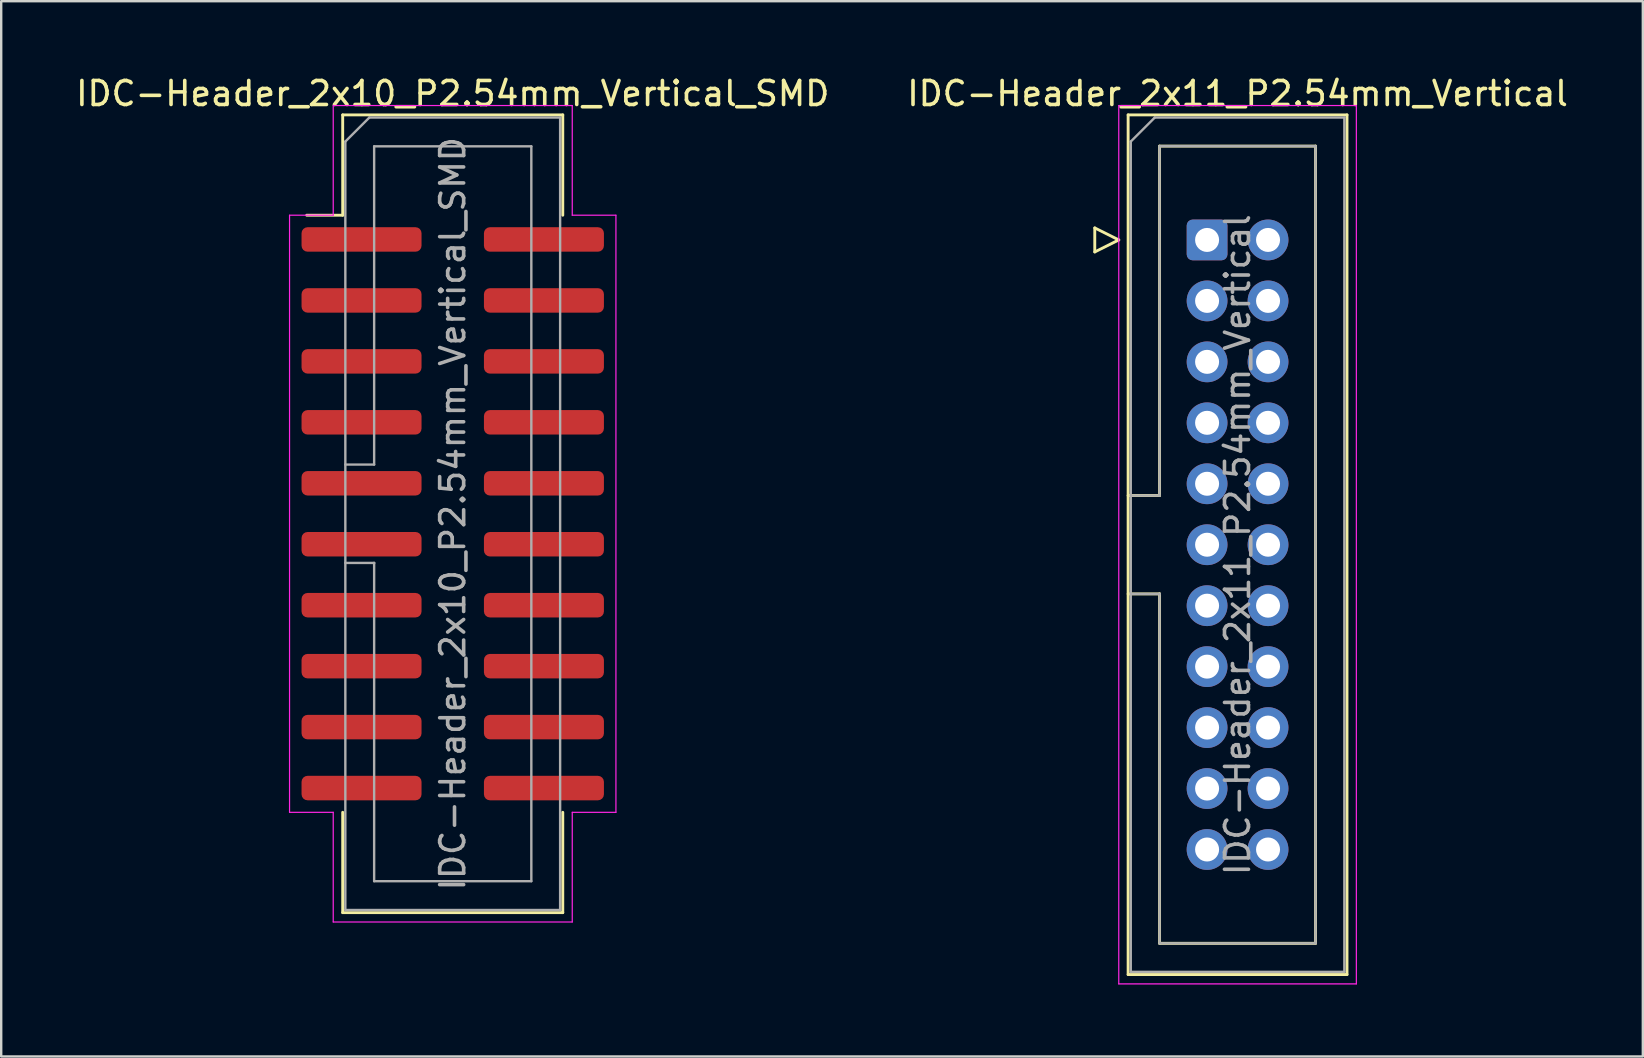
<source format=kicad_pcb>
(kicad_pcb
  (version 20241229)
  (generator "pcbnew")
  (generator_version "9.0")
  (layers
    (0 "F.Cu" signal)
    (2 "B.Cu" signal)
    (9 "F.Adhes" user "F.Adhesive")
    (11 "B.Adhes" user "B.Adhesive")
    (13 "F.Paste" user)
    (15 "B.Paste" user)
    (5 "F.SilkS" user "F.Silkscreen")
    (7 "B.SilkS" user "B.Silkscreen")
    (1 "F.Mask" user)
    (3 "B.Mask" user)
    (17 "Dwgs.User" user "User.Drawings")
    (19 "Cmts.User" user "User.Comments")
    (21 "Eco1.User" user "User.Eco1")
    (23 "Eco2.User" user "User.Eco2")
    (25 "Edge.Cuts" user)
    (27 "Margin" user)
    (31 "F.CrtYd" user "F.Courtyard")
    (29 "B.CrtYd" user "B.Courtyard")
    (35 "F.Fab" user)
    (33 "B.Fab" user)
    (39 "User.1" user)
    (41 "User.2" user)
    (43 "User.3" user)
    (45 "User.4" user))
  (footprint "IDC-Header_2x11_P2.54mm_Vertical"
    (layer "F.Cu")
    (at 47.248 6.948)
    (property "Reference" "IDC-Header_2x11_P2.54mm_Vertical" (at 1.27 -6.1 0) (layer "F.SilkS") (effects (font (size 1 1) (thickness 0.15))))
    (attr through_hole)
    (fp_line (start -4.68 -0.5) (end -4.68 0.5) (stroke (width 0.12) (type solid)) (layer "F.SilkS"))
    (fp_line (start -4.68 0.5) (end -3.68 0) (stroke (width 0.12) (type solid)) (layer "F.SilkS"))
    (fp_line (start -3.68 0) (end -4.68 -0.5) (stroke (width 0.12) (type solid)) (layer "F.SilkS"))
    (fp_line (start -3.29 -5.21) (end 5.83 -5.21) (stroke (width 0.12) (type solid)) (layer "F.SilkS"))
    (fp_line (start -3.29 10.65) (end -1.98 10.65) (stroke (width 0.12) (type solid)) (layer "F.SilkS"))
    (fp_line (start -3.29 30.61) (end -3.29 -5.21) (stroke (width 0.12) (type solid)) (layer "F.SilkS"))
    (fp_line (start -1.98 -3.91) (end 4.52 -3.91) (stroke (width 0.12) (type solid)) (layer "F.SilkS"))
    (fp_line (start -1.98 10.65) (end -1.98 -3.91) (stroke (width 0.12) (type solid)) (layer "F.SilkS"))
    (fp_line (start -1.98 14.75) (end -3.29 14.75) (stroke (width 0.12) (type solid)) (layer "F.SilkS"))
    (fp_line (start -1.98 14.75) (end -1.98 14.75) (stroke (width 0.12) (type solid)) (layer "F.SilkS"))
    (fp_line (start -1.98 29.31) (end -1.98 14.75) (stroke (width 0.12) (type solid)) (layer "F.SilkS"))
    (fp_line (start 4.52 -3.91) (end 4.52 29.31) (stroke (width 0.12) (type solid)) (layer "F.SilkS"))
    (fp_line (start 4.52 29.31) (end -1.98 29.31) (stroke (width 0.12) (type solid)) (layer "F.SilkS"))
    (fp_line (start 5.83 -5.21) (end 5.83 30.61) (stroke (width 0.12) (type solid)) (layer "F.SilkS"))
    (fp_line (start 5.83 30.61) (end -3.29 30.61) (stroke (width 0.12) (type solid)) (layer "F.SilkS"))
    (fp_line (start -3.68 -5.6) (end -3.68 31) (stroke (width 0.05) (type solid)) (layer "F.CrtYd"))
    (fp_line (start -3.68 31) (end 6.22 31) (stroke (width 0.05) (type solid)) (layer "F.CrtYd"))
    (fp_line (start 6.22 -5.6) (end -3.68 -5.6) (stroke (width 0.05) (type solid)) (layer "F.CrtYd"))
    (fp_line (start 6.22 31) (end 6.22 -5.6) (stroke (width 0.05) (type solid)) (layer "F.CrtYd"))
    (fp_line (start -3.18 -4.1) (end -2.18 -5.1) (stroke (width 0.1) (type solid)) (layer "F.Fab"))
    (fp_line (start -3.18 10.65) (end -1.98 10.65) (stroke (width 0.1) (type solid)) (layer "F.Fab"))
    (fp_line (start -3.18 30.5) (end -3.18 -4.1) (stroke (width 0.1) (type solid)) (layer "F.Fab"))
    (fp_line (start -2.18 -5.1) (end 5.72 -5.1) (stroke (width 0.1) (type solid)) (layer "F.Fab"))
    (fp_line (start -1.98 -3.91) (end 4.52 -3.91) (stroke (width 0.1) (type solid)) (layer "F.Fab"))
    (fp_line (start -1.98 10.65) (end -1.98 -3.91) (stroke (width 0.1) (type solid)) (layer "F.Fab"))
    (fp_line (start -1.98 14.75) (end -3.18 14.75) (stroke (width 0.1) (type solid)) (layer "F.Fab"))
    (fp_line (start -1.98 14.75) (end -1.98 14.75) (stroke (width 0.1) (type solid)) (layer "F.Fab"))
    (fp_line (start -1.98 29.31) (end -1.98 14.75) (stroke (width 0.1) (type solid)) (layer "F.Fab"))
    (fp_line (start 4.52 -3.91) (end 4.52 29.31) (stroke (width 0.1) (type solid)) (layer "F.Fab"))
    (fp_line (start 4.52 29.31) (end -1.98 29.31) (stroke (width 0.1) (type solid)) (layer "F.Fab"))
    (fp_line (start 5.72 -5.1) (end 5.72 30.5) (stroke (width 0.1) (type solid)) (layer "F.Fab"))
    (fp_line (start 5.72 30.5) (end -3.18 30.5) (stroke (width 0.1) (type solid)) (layer "F.Fab"))
    (fp_text user "${REFERENCE}" (at 1.27 12.7 90) (layer "F.Fab") (effects (font (size 1 1) (thickness 0.15))))
    (pad "1" thru_hole roundrect (at 0 0) (size 1.7 1.7) (drill 1) (layers "*.Cu" "*.Mask") (roundrect_rratio 0.147))
    (pad "2" thru_hole circle (at 2.54 0) (size 1.7 1.7) (drill 1) (layers "*.Cu" "*.Mask"))
    (pad "3" thru_hole circle (at 0 2.54) (size 1.7 1.7) (drill 1) (layers "*.Cu" "*.Mask"))
    (pad "4" thru_hole circle (at 2.54 2.54) (size 1.7 1.7) (drill 1) (layers "*.Cu" "*.Mask"))
    (pad "5" thru_hole circle (at 0 5.08) (size 1.7 1.7) (drill 1) (layers "*.Cu" "*.Mask"))
    (pad "6" thru_hole circle (at 2.54 5.08) (size 1.7 1.7) (drill 1) (layers "*.Cu" "*.Mask"))
    (pad "7" thru_hole circle (at 0 7.62) (size 1.7 1.7) (drill 1) (layers "*.Cu" "*.Mask"))
    (pad "8" thru_hole circle (at 2.54 7.62) (size 1.7 1.7) (drill 1) (layers "*.Cu" "*.Mask"))
    (pad "9" thru_hole circle (at 0 10.16) (size 1.7 1.7) (drill 1) (layers "*.Cu" "*.Mask"))
    (pad "10" thru_hole circle (at 2.54 10.16) (size 1.7 1.7) (drill 1) (layers "*.Cu" "*.Mask"))
    (pad "11" thru_hole circle (at 0 12.7) (size 1.7 1.7) (drill 1) (layers "*.Cu" "*.Mask"))
    (pad "12" thru_hole circle (at 2.54 12.7) (size 1.7 1.7) (drill 1) (layers "*.Cu" "*.Mask"))
    (pad "13" thru_hole circle (at 0 15.24) (size 1.7 1.7) (drill 1) (layers "*.Cu" "*.Mask"))
    (pad "14" thru_hole circle (at 2.54 15.24) (size 1.7 1.7) (drill 1) (layers "*.Cu" "*.Mask"))
    (pad "15" thru_hole circle (at 0 17.78) (size 1.7 1.7) (drill 1) (layers "*.Cu" "*.Mask"))
    (pad "16" thru_hole circle (at 2.54 17.78) (size 1.7 1.7) (drill 1) (layers "*.Cu" "*.Mask"))
    (pad "17" thru_hole circle (at 0 20.32) (size 1.7 1.7) (drill 1) (layers "*.Cu" "*.Mask"))
    (pad "18" thru_hole circle (at 2.54 20.32) (size 1.7 1.7) (drill 1) (layers "*.Cu" "*.Mask"))
    (pad "19" thru_hole circle (at 0 22.86) (size 1.7 1.7) (drill 1) (layers "*.Cu" "*.Mask"))
    (pad "20" thru_hole circle (at 2.54 22.86) (size 1.7 1.7) (drill 1) (layers "*.Cu" "*.Mask"))
    (pad "21" thru_hole circle (at 0 25.4) (size 1.7 1.7) (drill 1) (layers "*.Cu" "*.Mask"))
    (pad "22" thru_hole circle (at 2.54 25.4) (size 1.7 1.7) (drill 1) (layers "*.Cu" "*.Mask")))
  (footprint "IDC-Header_2x10_P2.54mm_Vertical_SMD"
    (layer "F.Cu")
    (at 15.815 18.358)
    (property "Reference" "IDC-Header_2x10_P2.54mm_Vertical_SMD" (at 0 -17.51 0) (layer "F.SilkS") (effects (font (size 1 1) (thickness 0.15))))
    (attr smd)
    (fp_line (start -4.585 -16.62) (end 4.585 -16.62) (stroke (width 0.12) (type solid)) (layer "F.SilkS"))
    (fp_line (start -4.585 -12.44) (end -6.085 -12.44) (stroke (width 0.12) (type solid)) (layer "F.SilkS"))
    (fp_line (start -4.585 -12.44) (end -4.585 -16.62) (stroke (width 0.12) (type solid)) (layer "F.SilkS"))
    (fp_line (start -4.585 12.44) (end -4.585 16.62) (stroke (width 0.12) (type solid)) (layer "F.SilkS"))
    (fp_line (start -4.585 16.62) (end 4.585 16.62) (stroke (width 0.12) (type solid)) (layer "F.SilkS"))
    (fp_line (start 4.585 -16.62) (end 4.585 -12.44) (stroke (width 0.12) (type solid)) (layer "F.SilkS"))
    (fp_line (start 4.585 16.62) (end 4.585 12.44) (stroke (width 0.12) (type solid)) (layer "F.SilkS"))
    (fp_line (start -6.8 -12.44) (end -6.8 12.44) (stroke (width 0.05) (type solid)) (layer "F.CrtYd"))
    (fp_line (start -6.8 12.44) (end -4.98 12.44) (stroke (width 0.05) (type solid)) (layer "F.CrtYd"))
    (fp_line (start -4.98 -17.01) (end -4.98 -12.44) (stroke (width 0.05) (type solid)) (layer "F.CrtYd"))
    (fp_line (start -4.98 -12.44) (end -6.8 -12.44) (stroke (width 0.05) (type solid)) (layer "F.CrtYd"))
    (fp_line (start -4.98 12.44) (end -4.98 17.01) (stroke (width 0.05) (type solid)) (layer "F.CrtYd"))
    (fp_line (start -4.98 17.01) (end 4.98 17.01) (stroke (width 0.05) (type solid)) (layer "F.CrtYd"))
    (fp_line (start 4.98 -17.01) (end -4.98 -17.01) (stroke (width 0.05) (type solid)) (layer "F.CrtYd"))
    (fp_line (start 4.98 -12.44) (end 4.98 -17.01) (stroke (width 0.05) (type solid)) (layer "F.CrtYd"))
    (fp_line (start 4.98 12.44) (end 6.8 12.44) (stroke (width 0.05) (type solid)) (layer "F.CrtYd"))
    (fp_line (start 4.98 17.01) (end 4.98 12.44) (stroke (width 0.05) (type solid)) (layer "F.CrtYd"))
    (fp_line (start 6.8 -12.44) (end 4.98 -12.44) (stroke (width 0.05) (type solid)) (layer "F.CrtYd"))
    (fp_line (start 6.8 12.44) (end 6.8 -12.44) (stroke (width 0.05) (type solid)) (layer "F.CrtYd"))
    (fp_line (start -4.475 -15.51) (end -3.475 -16.51) (stroke (width 0.1) (type solid)) (layer "F.Fab"))
    (fp_line (start -4.475 -2.05) (end -3.275 -2.05) (stroke (width 0.1) (type solid)) (layer "F.Fab"))
    (fp_line (start -4.475 16.51) (end -4.475 -15.51) (stroke (width 0.1) (type solid)) (layer "F.Fab"))
    (fp_line (start -3.475 -16.51) (end 4.475 -16.51) (stroke (width 0.1) (type solid)) (layer "F.Fab"))
    (fp_line (start -3.275 -15.31) (end 3.275 -15.31) (stroke (width 0.1) (type solid)) (layer "F.Fab"))
    (fp_line (start -3.275 -2.05) (end -3.275 -15.31) (stroke (width 0.1) (type solid)) (layer "F.Fab"))
    (fp_line (start -3.275 2.05) (end -4.475 2.05) (stroke (width 0.1) (type solid)) (layer "F.Fab"))
    (fp_line (start -3.275 2.05) (end -3.275 2.05) (stroke (width 0.1) (type solid)) (layer "F.Fab"))
    (fp_line (start -3.275 15.31) (end -3.275 2.05) (stroke (width 0.1) (type solid)) (layer "F.Fab"))
    (fp_line (start 3.275 -15.31) (end 3.275 15.31) (stroke (width 0.1) (type solid)) (layer "F.Fab"))
    (fp_line (start 3.275 15.31) (end -3.275 15.31) (stroke (width 0.1) (type solid)) (layer "F.Fab"))
    (fp_line (start 4.475 -16.51) (end 4.475 16.51) (stroke (width 0.1) (type solid)) (layer "F.Fab"))
    (fp_line (start 4.475 16.51) (end -4.475 16.51) (stroke (width 0.1) (type solid)) (layer "F.Fab"))
    (fp_text user "${REFERENCE}" (at 0 0 90) (layer "F.Fab") (effects (font (size 1 1) (thickness 0.15))))
    (pad "1" smd roundrect (at -3.8 -11.43) (size 5 1.02) (layers "F.Cu" "F.Mask" "F.Paste") (roundrect_rratio 0.245))
    (pad "2" smd roundrect (at 3.8 -11.43) (size 5 1.02) (layers "F.Cu" "F.Mask" "F.Paste") (roundrect_rratio 0.245))
    (pad "3" smd roundrect (at -3.8 -8.89) (size 5 1.02) (layers "F.Cu" "F.Mask" "F.Paste") (roundrect_rratio 0.245))
    (pad "4" smd roundrect (at 3.8 -8.89) (size 5 1.02) (layers "F.Cu" "F.Mask" "F.Paste") (roundrect_rratio 0.245))
    (pad "5" smd roundrect (at -3.8 -6.35) (size 5 1.02) (layers "F.Cu" "F.Mask" "F.Paste") (roundrect_rratio 0.245))
    (pad "6" smd roundrect (at 3.8 -6.35) (size 5 1.02) (layers "F.Cu" "F.Mask" "F.Paste") (roundrect_rratio 0.245))
    (pad "7" smd roundrect (at -3.8 -3.81) (size 5 1.02) (layers "F.Cu" "F.Mask" "F.Paste") (roundrect_rratio 0.245))
    (pad "8" smd roundrect (at 3.8 -3.81) (size 5 1.02) (layers "F.Cu" "F.Mask" "F.Paste") (roundrect_rratio 0.245))
    (pad "9" smd roundrect (at -3.8 -1.27) (size 5 1.02) (layers "F.Cu" "F.Mask" "F.Paste") (roundrect_rratio 0.245))
    (pad "10" smd roundrect (at 3.8 -1.27) (size 5 1.02) (layers "F.Cu" "F.Mask" "F.Paste") (roundrect_rratio 0.245))
    (pad "11" smd roundrect (at -3.8 1.27) (size 5 1.02) (layers "F.Cu" "F.Mask" "F.Paste") (roundrect_rratio 0.245))
    (pad "12" smd roundrect (at 3.8 1.27) (size 5 1.02) (layers "F.Cu" "F.Mask" "F.Paste") (roundrect_rratio 0.245))
    (pad "13" smd roundrect (at -3.8 3.81) (size 5 1.02) (layers "F.Cu" "F.Mask" "F.Paste") (roundrect_rratio 0.245))
    (pad "14" smd roundrect (at 3.8 3.81) (size 5 1.02) (layers "F.Cu" "F.Mask" "F.Paste") (roundrect_rratio 0.245))
    (pad "15" smd roundrect (at -3.8 6.35) (size 5 1.02) (layers "F.Cu" "F.Mask" "F.Paste") (roundrect_rratio 0.245))
    (pad "16" smd roundrect (at 3.8 6.35) (size 5 1.02) (layers "F.Cu" "F.Mask" "F.Paste") (roundrect_rratio 0.245))
    (pad "17" smd roundrect (at -3.8 8.89) (size 5 1.02) (layers "F.Cu" "F.Mask" "F.Paste") (roundrect_rratio 0.245))
    (pad "18" smd roundrect (at 3.8 8.89) (size 5 1.02) (layers "F.Cu" "F.Mask" "F.Paste") (roundrect_rratio 0.245))
    (pad "19" smd roundrect (at -3.8 11.43) (size 5 1.02) (layers "F.Cu" "F.Mask" "F.Paste") (roundrect_rratio 0.245))
    (pad "20" smd roundrect (at 3.8 11.43) (size 5 1.02) (layers "F.Cu" "F.Mask" "F.Paste") (roundrect_rratio 0.245)))
  (gr_rect
    (start -3 -3)
    (end 65.405 40.973)
    (stroke (width 0.1) (type default))
    (fill no)
    (layer "Edge.Cuts")))
</source>
